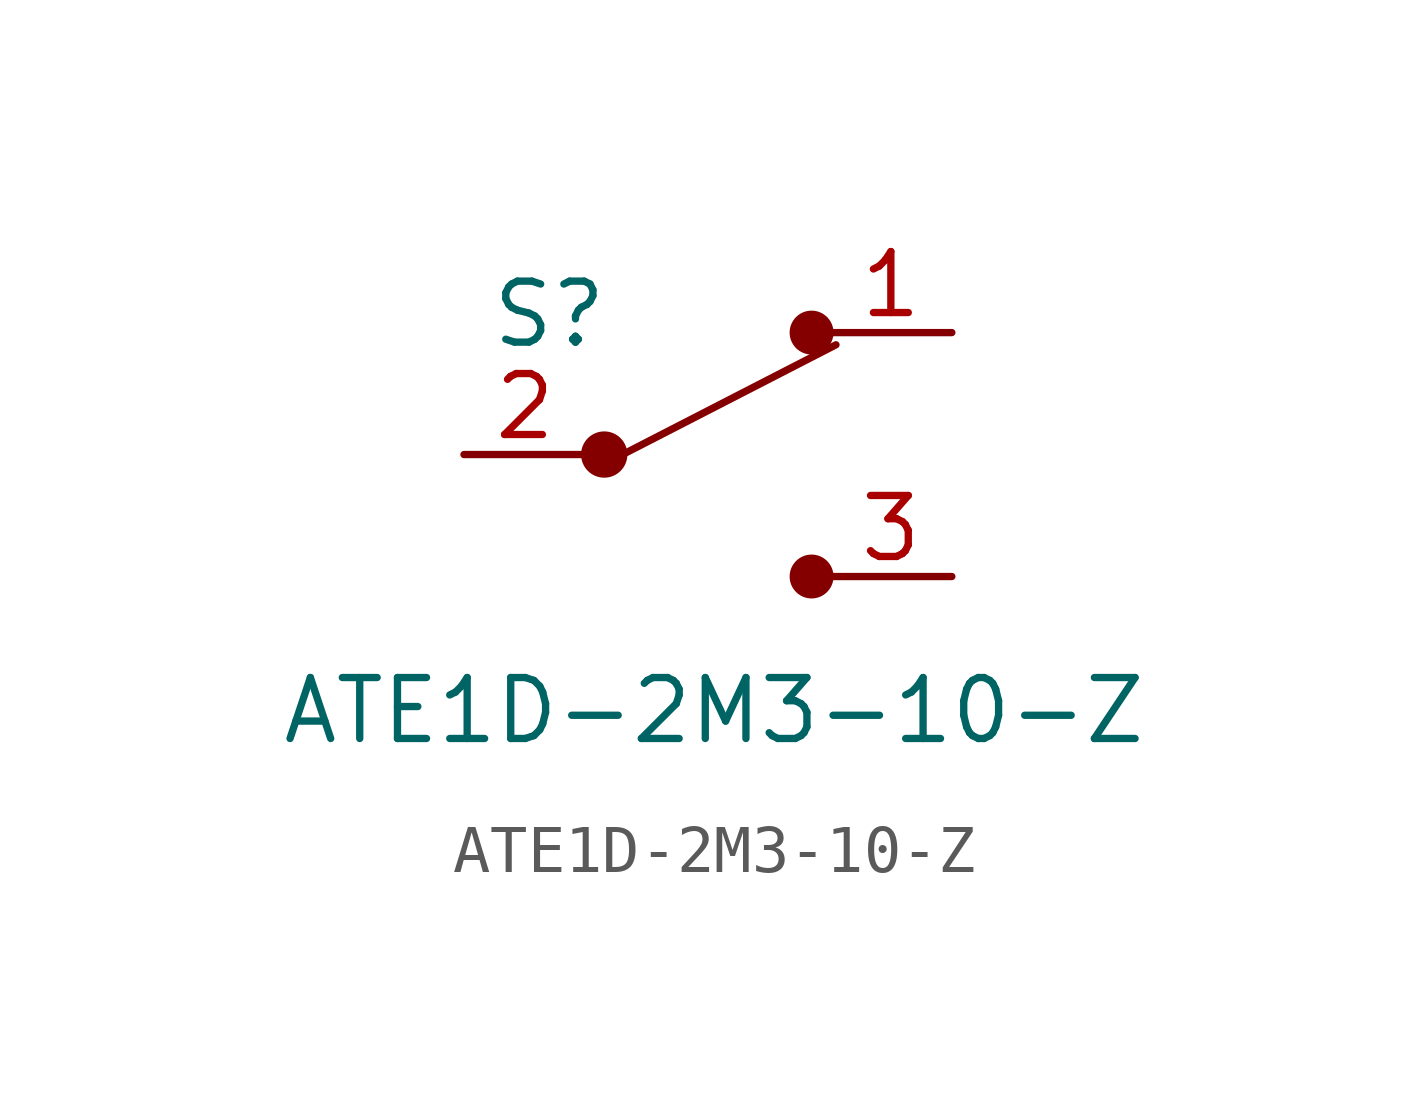
<source format=kicad_sym>
(kicad_symbol_lib
  (version 20220914)
  (generator kicad_symbol_editor)
  (symbol "ATE1D-2M3-10-Z"
    (pin_names
      (offset 0) hide)
    (property "Reference" "S"
      (at -3.302 2.921 0)
      (effects (font (size 1.27 1.27))))
    (property "Value" "ATE1D-2M3-10-Z"
      (at 0.127 -5.334 0)
      (effects (font (size 1.27 1.27))))
    (symbol "ATE1D-2M3-10-Z_0_1"
      (circle (center -2.159 0) (radius 0.406) (stroke (width 0) (type solid)) (fill (type outline)))
      (polyline (pts (xy 2.667 2.286) (xy -1.778 0)) (stroke (width 0) (type solid)) (fill (type none)))
      (circle (center 2.159 -2.54) (radius 0.381) (stroke (width 0) (type solid)) (fill (type outline)))
      (circle (center 2.159 2.54) (radius 0.381) (stroke (width 0) (type solid)) (fill (type outline))))
    (symbol "ATE1D-2M3-10-Z_1_1"
      (pin passive line (at 5.08 2.54 180) (length 2.54) (name "~" (effects (font (size 1.27 1.27)))) (number "1" (effects (font (size 1.27 1.27)))))
      (pin passive line (at -5.08 0 0) (length 2.54) (name "Com" (effects (font (size 1.27 1.27)))) (number "2" (effects (font (size 1.27 1.27)))))
      (pin passive line (at 5.08 -2.54 180) (length 2.54) (name "~" (effects (font (size 1.27 1.27)))) (number "3" (effects (font (size 1.27 1.27))))))))
</source>
